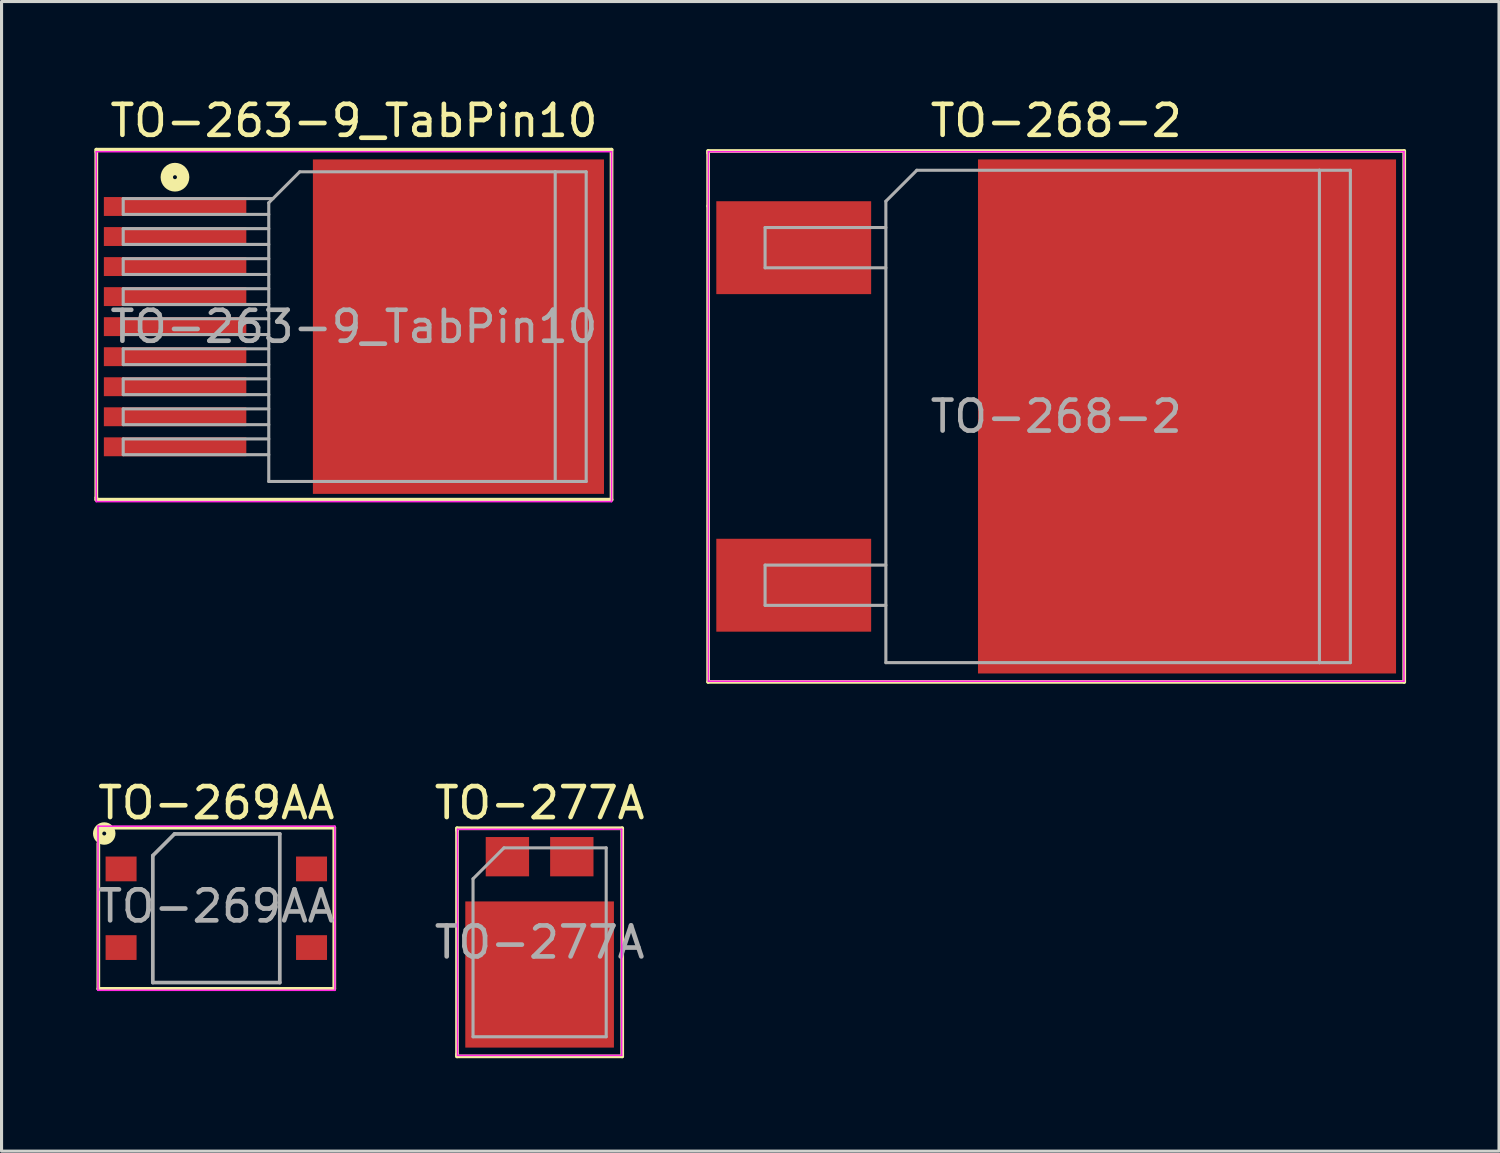
<source format=kicad_pcb>
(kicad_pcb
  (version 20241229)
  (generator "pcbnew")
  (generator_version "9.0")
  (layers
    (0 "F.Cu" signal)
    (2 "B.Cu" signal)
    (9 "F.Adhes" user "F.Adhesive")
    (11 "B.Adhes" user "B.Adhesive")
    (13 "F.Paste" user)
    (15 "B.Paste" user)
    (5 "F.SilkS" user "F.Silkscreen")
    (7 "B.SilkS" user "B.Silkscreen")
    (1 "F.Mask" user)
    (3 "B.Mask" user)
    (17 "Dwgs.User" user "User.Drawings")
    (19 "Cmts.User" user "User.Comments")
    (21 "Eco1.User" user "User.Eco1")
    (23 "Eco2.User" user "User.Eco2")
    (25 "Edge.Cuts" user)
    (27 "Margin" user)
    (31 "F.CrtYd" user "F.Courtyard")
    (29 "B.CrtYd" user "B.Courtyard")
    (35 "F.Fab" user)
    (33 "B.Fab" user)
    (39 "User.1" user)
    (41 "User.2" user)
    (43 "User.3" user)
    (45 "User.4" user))
  (footprint "TO-263-9_TabPin10"
    (layer "F.Cu")
    (at 8.379 7.498)
    (property "Reference" "TO-263-9_TabPin10" (at 0 -6.65 0) (layer "F.SilkS") (effects (font (size 1 1) (thickness 0.15))))
    (attr smd)
    (fp_line (start -8.319 -5.715) (end -8.319 -5.652) (stroke (width 0.12) (type solid)) (layer "F.SilkS"))
    (fp_line (start -8.319 -5.652) (end -8.319 5.524) (stroke (width 0.12) (type solid)) (layer "F.SilkS"))
    (fp_line (start -8.319 5.524) (end -8.319 5.588) (stroke (width 0.12) (type solid)) (layer "F.SilkS"))
    (fp_line (start -8.319 5.588) (end 8.319 5.588) (stroke (width 0.12) (type solid)) (layer "F.SilkS"))
    (fp_line (start 8.319 -5.715) (end -8.319 -5.715) (stroke (width 0.12) (type solid)) (layer "F.SilkS"))
    (fp_line (start 8.319 5.588) (end 8.319 -5.715) (stroke (width 0.12) (type solid)) (layer "F.SilkS"))
    (fp_circle (center -5.779 -4.826) (end -5.715 -4.826) (stroke (width 0.4) (type solid)) (fill no) (layer "F.SilkS"))
    (fp_line (start -8.32 -5.65) (end -8.32 5.65) (stroke (width 0.05) (type solid)) (layer "F.CrtYd"))
    (fp_line (start -8.32 5.65) (end 8.32 5.65) (stroke (width 0.05) (type solid)) (layer "F.CrtYd"))
    (fp_line (start 8.32 -5.65) (end -8.32 -5.65) (stroke (width 0.05) (type solid)) (layer "F.CrtYd"))
    (fp_line (start 8.32 5.65) (end 8.32 -5.65) (stroke (width 0.05) (type solid)) (layer "F.CrtYd"))
    (fp_line (start -7.45 -4.135) (end -7.45 -3.625) (stroke (width 0.1) (type solid)) (layer "F.Fab"))
    (fp_line (start -7.45 -3.625) (end -2.75 -3.625) (stroke (width 0.1) (type solid)) (layer "F.Fab"))
    (fp_line (start -7.45 -3.165) (end -7.45 -2.655) (stroke (width 0.1) (type solid)) (layer "F.Fab"))
    (fp_line (start -7.45 -2.655) (end -2.75 -2.655) (stroke (width 0.1) (type solid)) (layer "F.Fab"))
    (fp_line (start -7.45 -2.195) (end -7.45 -1.685) (stroke (width 0.1) (type solid)) (layer "F.Fab"))
    (fp_line (start -7.45 -1.685) (end -2.75 -1.685) (stroke (width 0.1) (type solid)) (layer "F.Fab"))
    (fp_line (start -7.45 -1.225) (end -7.45 -0.715) (stroke (width 0.1) (type solid)) (layer "F.Fab"))
    (fp_line (start -7.45 -0.715) (end -2.75 -0.715) (stroke (width 0.1) (type solid)) (layer "F.Fab"))
    (fp_line (start -7.45 -0.255) (end -7.45 0.255) (stroke (width 0.1) (type solid)) (layer "F.Fab"))
    (fp_line (start -7.45 0.255) (end -2.75 0.255) (stroke (width 0.1) (type solid)) (layer "F.Fab"))
    (fp_line (start -7.45 0.715) (end -7.45 1.225) (stroke (width 0.1) (type solid)) (layer "F.Fab"))
    (fp_line (start -7.45 1.225) (end -2.75 1.225) (stroke (width 0.1) (type solid)) (layer "F.Fab"))
    (fp_line (start -7.45 1.685) (end -7.45 2.195) (stroke (width 0.1) (type solid)) (layer "F.Fab"))
    (fp_line (start -7.45 2.195) (end -2.75 2.195) (stroke (width 0.1) (type solid)) (layer "F.Fab"))
    (fp_line (start -7.45 2.655) (end -7.45 3.165) (stroke (width 0.1) (type solid)) (layer "F.Fab"))
    (fp_line (start -7.45 3.165) (end -2.75 3.165) (stroke (width 0.1) (type solid)) (layer "F.Fab"))
    (fp_line (start -7.45 3.625) (end -7.45 4.135) (stroke (width 0.1) (type solid)) (layer "F.Fab"))
    (fp_line (start -7.45 4.135) (end -2.75 4.135) (stroke (width 0.1) (type solid)) (layer "F.Fab"))
    (fp_line (start -2.75 -4) (end -1.75 -5) (stroke (width 0.1) (type solid)) (layer "F.Fab"))
    (fp_line (start -2.75 -3.165) (end -7.45 -3.165) (stroke (width 0.1) (type solid)) (layer "F.Fab"))
    (fp_line (start -2.75 -2.195) (end -7.45 -2.195) (stroke (width 0.1) (type solid)) (layer "F.Fab"))
    (fp_line (start -2.75 -1.225) (end -7.45 -1.225) (stroke (width 0.1) (type solid)) (layer "F.Fab"))
    (fp_line (start -2.75 -0.255) (end -7.45 -0.255) (stroke (width 0.1) (type solid)) (layer "F.Fab"))
    (fp_line (start -2.75 0.715) (end -7.45 0.715) (stroke (width 0.1) (type solid)) (layer "F.Fab"))
    (fp_line (start -2.75 1.685) (end -7.45 1.685) (stroke (width 0.1) (type solid)) (layer "F.Fab"))
    (fp_line (start -2.75 2.655) (end -7.45 2.655) (stroke (width 0.1) (type solid)) (layer "F.Fab"))
    (fp_line (start -2.75 3.625) (end -7.45 3.625) (stroke (width 0.1) (type solid)) (layer "F.Fab"))
    (fp_line (start -2.75 5) (end -2.75 -4) (stroke (width 0.1) (type solid)) (layer "F.Fab"))
    (fp_line (start -2.615 -4.135) (end -7.45 -4.135) (stroke (width 0.1) (type solid)) (layer "F.Fab"))
    (fp_line (start -1.75 -5) (end 6.5 -5) (stroke (width 0.1) (type solid)) (layer "F.Fab"))
    (fp_line (start 6.5 -5) (end 6.5 5) (stroke (width 0.1) (type solid)) (layer "F.Fab"))
    (fp_line (start 6.5 -5) (end 7.5 -5) (stroke (width 0.1) (type solid)) (layer "F.Fab"))
    (fp_line (start 6.5 5) (end -2.75 5) (stroke (width 0.1) (type solid)) (layer "F.Fab"))
    (fp_line (start 7.5 -5) (end 7.5 5) (stroke (width 0.1) (type solid)) (layer "F.Fab"))
    (fp_line (start 7.5 5) (end 6.5 5) (stroke (width 0.1) (type solid)) (layer "F.Fab"))
    (fp_text user "${REFERENCE}" (at 0 0 0) (layer "F.Fab") (effects (font (size 1 1) (thickness 0.15))))
    (pad "" smd rect (at 0.95 -2.775) (size 4.55 5.25) (layers "F.Paste"))
    (pad "" smd rect (at 0.95 2.775) (size 4.55 5.25) (layers "F.Paste"))
    (pad "" smd rect (at 5.8 -2.775) (size 4.55 5.25) (layers "F.Paste"))
    (pad "" smd rect (at 5.8 2.775) (size 4.55 5.25) (layers "F.Paste"))
    (pad "1" smd rect (at -5.775 -3.88) (size 4.6 0.61) (layers "F.Cu" "F.Mask" "F.Paste"))
    (pad "2" smd rect (at -5.775 -2.91) (size 4.6 0.61) (layers "F.Cu" "F.Mask" "F.Paste"))
    (pad "3" smd rect (at -5.775 -1.94) (size 4.6 0.61) (layers "F.Cu" "F.Mask" "F.Paste"))
    (pad "4" smd rect (at -5.775 -0.97) (size 4.6 0.61) (layers "F.Cu" "F.Mask" "F.Paste"))
    (pad "5" smd rect (at -5.775 0) (size 4.6 0.61) (layers "F.Cu" "F.Mask" "F.Paste"))
    (pad "6" smd rect (at -5.775 0.97) (size 4.6 0.61) (layers "F.Cu" "F.Mask" "F.Paste"))
    (pad "7" smd rect (at -5.775 1.94) (size 4.6 0.61) (layers "F.Cu" "F.Mask" "F.Paste"))
    (pad "8" smd rect (at -5.775 2.91) (size 4.6 0.61) (layers "F.Cu" "F.Mask" "F.Paste"))
    (pad "9" smd rect (at -5.775 3.88) (size 4.6 0.61) (layers "F.Cu" "F.Mask" "F.Paste"))
    (pad "10" smd rect (at 3.375 0) (size 9.4 10.8) (layers "F.Cu" "F.Mask")))
  (footprint "TO-269AA"
    (layer "F.Cu")
    (at 3.935 26.279)
    (property "Reference" "TO-269AA" (at 0 -3.4 0) (layer "F.SilkS") (effects (font (size 1 1) (thickness 0.15))))
    (attr smd)
    (fp_line (start -3.81 -2.095) (end -3.81 2.603) (stroke (width 0.12) (type solid)) (layer "F.SilkS"))
    (fp_line (start -3.81 2.603) (end 3.81 2.603) (stroke (width 0.12) (type solid)) (layer "F.SilkS"))
    (fp_line (start 3.81 -2.603) (end -3.302 -2.603) (stroke (width 0.12) (type solid)) (layer "F.SilkS"))
    (fp_line (start 3.81 2.603) (end 3.81 -2.603) (stroke (width 0.12) (type solid)) (layer "F.SilkS"))
    (fp_circle (center -3.619 -2.413) (end -3.556 -2.413) (stroke (width 0.3) (type solid)) (fill no) (layer "F.SilkS"))
    (fp_line (start -3.82 -2.65) (end -3.82 2.65) (stroke (width 0.05) (type solid)) (layer "F.CrtYd"))
    (fp_line (start -3.82 -2.65) (end 3.83 -2.65) (stroke (width 0.05) (type solid)) (layer "F.CrtYd"))
    (fp_line (start 3.83 2.65) (end -3.82 2.65) (stroke (width 0.05) (type solid)) (layer "F.CrtYd"))
    (fp_line (start 3.83 2.65) (end 3.83 -2.65) (stroke (width 0.05) (type solid)) (layer "F.CrtYd"))
    (fp_line (start -2.05 -1.7) (end -1.35 -2.4) (stroke (width 0.12) (type solid)) (layer "F.Fab"))
    (fp_line (start -2.05 2.4) (end -2.05 -1.7) (stroke (width 0.12) (type solid)) (layer "F.Fab"))
    (fp_line (start -1.35 -2.4) (end 2.05 -2.4) (stroke (width 0.12) (type solid)) (layer "F.Fab"))
    (fp_line (start 2.05 -2.4) (end 2.05 2.4) (stroke (width 0.12) (type solid)) (layer "F.Fab"))
    (fp_line (start 2.05 2.4) (end -2.05 2.4) (stroke (width 0.12) (type solid)) (layer "F.Fab"))
    (fp_text user "${REFERENCE}" (at 0 -0.065 0) (layer "F.Fab") (effects (font (size 1 1) (thickness 0.15))))
    (pad "1" smd rect (at -3.075 -1.27) (size 1 0.8) (layers "F.Cu" "F.Mask" "F.Paste"))
    (pad "2" smd rect (at -3.075 1.27) (size 1 0.8) (layers "F.Cu" "F.Mask" "F.Paste"))
    (pad "3" smd rect (at 3.075 1.27) (size 1 0.8) (layers "F.Cu" "F.Mask" "F.Paste"))
    (pad "4" smd rect (at 3.075 -1.27) (size 1 0.8) (layers "F.Cu" "F.Mask" "F.Paste")))
  (footprint "TO-277A"
    (layer "F.Cu")
    (at 14.375 27.379)
    (property "Reference" "TO-277A" (at 0 -4.5 180) (layer "F.SilkS") (effects (font (size 1 1) (thickness 0.15))))
    (attr smd)
    (fp_line (start -2.667 -3.683) (end -2.667 -3.619) (stroke (width 0.12) (type solid)) (layer "F.SilkS"))
    (fp_line (start -2.667 -3.619) (end -2.667 3.619) (stroke (width 0.12) (type solid)) (layer "F.SilkS"))
    (fp_line (start -2.667 3.619) (end -2.667 3.683) (stroke (width 0.12) (type solid)) (layer "F.SilkS"))
    (fp_line (start -2.667 3.683) (end 2.667 3.683) (stroke (width 0.12) (type solid)) (layer "F.SilkS"))
    (fp_line (start 2.667 -3.683) (end -2.667 -3.683) (stroke (width 0.12) (type solid)) (layer "F.SilkS"))
    (fp_line (start 2.667 3.683) (end 2.667 -3.683) (stroke (width 0.12) (type solid)) (layer "F.SilkS"))
    (fp_line (start -2.65 -3.65) (end -2.65 3.65) (stroke (width 0.05) (type solid)) (layer "F.CrtYd"))
    (fp_line (start -2.65 -3.65) (end 2.65 -3.65) (stroke (width 0.05) (type solid)) (layer "F.CrtYd"))
    (fp_line (start 2.65 3.65) (end -2.65 3.65) (stroke (width 0.05) (type solid)) (layer "F.CrtYd"))
    (fp_line (start 2.65 3.65) (end 2.65 -3.65) (stroke (width 0.05) (type solid)) (layer "F.CrtYd"))
    (fp_line (start -2.15 -2.05) (end -2.15 3.05) (stroke (width 0.1) (type solid)) (layer "F.Fab"))
    (fp_line (start -2.15 3.05) (end 2.15 3.05) (stroke (width 0.1) (type solid)) (layer "F.Fab"))
    (fp_line (start -1.15 -3.05) (end -2.15 -2.05) (stroke (width 0.1) (type solid)) (layer "F.Fab"))
    (fp_line (start 2.15 -3.05) (end -1.15 -3.05) (stroke (width 0.1) (type solid)) (layer "F.Fab"))
    (fp_line (start 2.15 3.05) (end 2.15 -3.05) (stroke (width 0.1) (type solid)) (layer "F.Fab"))
    (fp_text user "${REFERENCE}" (at 0 0 0) (layer "F.Fab") (effects (font (size 1 1) (thickness 0.15))))
    (pad "" smd rect (at -1.7 -0.65 180) (size 1.25 1.2) (layers "F.Paste"))
    (pad "" smd rect (at -1.7 1.04) (size 1.25 1.2) (layers "F.Paste"))
    (pad "" smd rect (at -1.7 2.7) (size 1.25 1.2) (layers "F.Paste"))
    (pad "" smd rect (at 0 -0.65) (size 1.25 1.2) (layers "F.Paste"))
    (pad "" smd rect (at 0 1.04) (size 1.25 1.2) (layers "F.Paste"))
    (pad "" smd rect (at 0 2.7) (size 1.25 1.2) (layers "F.Paste"))
    (pad "" smd rect (at 1.7 -0.65) (size 1.25 1.2) (layers "F.Paste"))
    (pad "" smd rect (at 1.7 1.04) (size 1.25 1.2) (layers "F.Paste"))
    (pad "" smd rect (at 1.7 2.7) (size 1.25 1.2) (layers "F.Paste"))
    (pad "1" smd rect (at -1.04 -2.765) (size 1.4 1.27) (layers "F.Cu" "F.Mask" "F.Paste"))
    (pad "2" smd rect (at 1.04 -2.765) (size 1.4 1.27) (layers "F.Cu" "F.Mask" "F.Paste"))
    (pad "3" smd rect (at 0 1.04) (size 4.8 4.72) (layers "F.Cu" "F.Mask")))
  (footprint "TO-268-2"
    (layer "F.Cu")
    (at 31.056 10.398)
    (property "Reference" "TO-268-2" (at 0 -9.55 0) (layer "F.SilkS") (effects (font (size 1 1) (thickness 0.15))))
    (attr smd)
    (fp_line (start -11.239 -8.572) (end 11.239 -8.572) (stroke (width 0.12) (type solid)) (layer "F.SilkS"))
    (fp_line (start -11.239 -8.509) (end -11.239 -8.572) (stroke (width 0.12) (type solid)) (layer "F.SilkS"))
    (fp_line (start -11.239 -6.795) (end -11.239 -8.509) (stroke (width 0.12) (type solid)) (layer "F.SilkS"))
    (fp_line (start -11.239 8.572) (end -11.239 -6.795) (stroke (width 0.12) (type solid)) (layer "F.SilkS"))
    (fp_line (start 11.239 -8.572) (end 11.239 8.572) (stroke (width 0.12) (type solid)) (layer "F.SilkS"))
    (fp_line (start 11.239 8.572) (end -11.239 8.572) (stroke (width 0.12) (type solid)) (layer "F.SilkS"))
    (fp_line (start -11.23 -8.55) (end -11.23 8.55) (stroke (width 0.05) (type solid)) (layer "F.CrtYd"))
    (fp_line (start -11.23 8.55) (end 11.23 8.55) (stroke (width 0.05) (type solid)) (layer "F.CrtYd"))
    (fp_line (start 11.23 -8.55) (end -11.23 -8.55) (stroke (width 0.05) (type solid)) (layer "F.CrtYd"))
    (fp_line (start 11.23 8.55) (end 11.23 -8.55) (stroke (width 0.05) (type solid)) (layer "F.CrtYd"))
    (fp_line (start -9.4 -6.1) (end -9.4 -4.8) (stroke (width 0.1) (type solid)) (layer "F.Fab"))
    (fp_line (start -9.4 -4.8) (end -5.5 -4.8) (stroke (width 0.1) (type solid)) (layer "F.Fab"))
    (fp_line (start -9.4 4.8) (end -9.4 6.1) (stroke (width 0.1) (type solid)) (layer "F.Fab"))
    (fp_line (start -9.4 6.1) (end -5.5 6.1) (stroke (width 0.1) (type solid)) (layer "F.Fab"))
    (fp_line (start -5.5 -6.95) (end -4.5 -7.95) (stroke (width 0.1) (type solid)) (layer "F.Fab"))
    (fp_line (start -5.5 -6.1) (end -9.4 -6.1) (stroke (width 0.1) (type solid)) (layer "F.Fab"))
    (fp_line (start -5.5 4.8) (end -9.4 4.8) (stroke (width 0.1) (type solid)) (layer "F.Fab"))
    (fp_line (start -5.5 7.95) (end -5.5 -6.95) (stroke (width 0.1) (type solid)) (layer "F.Fab"))
    (fp_line (start -4.5 -7.95) (end 8.5 -7.95) (stroke (width 0.1) (type solid)) (layer "F.Fab"))
    (fp_line (start 8.5 -7.95) (end 8.5 7.95) (stroke (width 0.1) (type solid)) (layer "F.Fab"))
    (fp_line (start 8.5 -7.95) (end 9.5 -7.95) (stroke (width 0.1) (type solid)) (layer "F.Fab"))
    (fp_line (start 8.5 7.95) (end -5.5 7.95) (stroke (width 0.1) (type solid)) (layer "F.Fab"))
    (fp_line (start 9.5 -7.95) (end 9.5 7.95) (stroke (width 0.1) (type solid)) (layer "F.Fab"))
    (fp_line (start 9.5 7.95) (end 8.5 7.95) (stroke (width 0.1) (type solid)) (layer "F.Fab"))
    (fp_text user "${REFERENCE}" (at 0 0 0) (layer "F.Fab") (effects (font (size 1 1) (thickness 0.15))))
    (pad "" smd rect (at 0.775 -4.225) (size 6.6 8.15) (layers "F.Paste"))
    (pad "" smd rect (at 0.775 4.225) (size 6.6 8.15) (layers "F.Paste"))
    (pad "" smd rect (at 7.675 -4.225) (size 6.6 8.15) (layers "F.Paste"))
    (pad "" smd rect (at 7.675 4.225) (size 6.6 8.15) (layers "F.Paste"))
    (pad "1" smd rect (at -8.475 -5.45) (size 5 3) (layers "F.Cu" "F.Mask" "F.Paste"))
    (pad "2" smd rect (at 4.225 0) (size 13.5 16.6) (layers "F.Cu" "F.Mask"))
    (pad "3" smd rect (at -8.475 5.45) (size 5 3) (layers "F.Cu" "F.Mask" "F.Paste")))
  (gr_rect
    (start -3 -3)
    (end 45.356 34.122)
    (stroke (width 0.1) (type default))
    (fill no)
    (layer "Edge.Cuts")))
</source>
